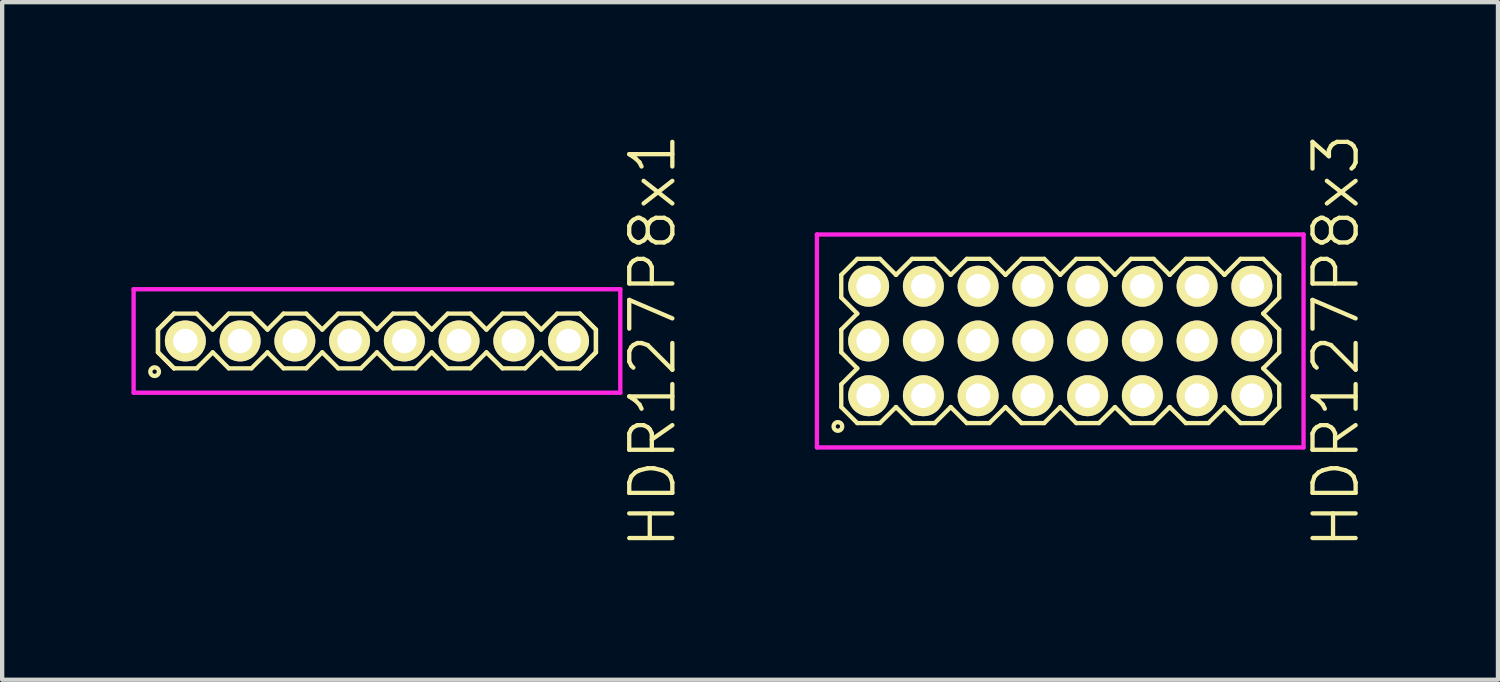
<source format=kicad_pcb>
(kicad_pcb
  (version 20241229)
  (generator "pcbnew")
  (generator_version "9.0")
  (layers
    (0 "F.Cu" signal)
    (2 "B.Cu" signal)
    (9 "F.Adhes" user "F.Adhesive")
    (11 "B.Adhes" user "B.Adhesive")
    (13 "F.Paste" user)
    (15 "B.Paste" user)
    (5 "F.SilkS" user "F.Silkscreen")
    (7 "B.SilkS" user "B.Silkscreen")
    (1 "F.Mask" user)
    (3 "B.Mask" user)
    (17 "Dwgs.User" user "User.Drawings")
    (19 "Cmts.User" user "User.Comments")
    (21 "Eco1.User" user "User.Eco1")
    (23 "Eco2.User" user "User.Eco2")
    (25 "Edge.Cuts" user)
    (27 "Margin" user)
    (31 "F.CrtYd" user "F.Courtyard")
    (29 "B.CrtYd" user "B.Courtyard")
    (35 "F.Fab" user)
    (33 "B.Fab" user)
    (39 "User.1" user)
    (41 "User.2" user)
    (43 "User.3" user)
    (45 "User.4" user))
  (footprint "HDR127P8x3"
    (layer "F.Cu")
    (at 21.546 4.86)
    (property "Reference" "HDR127P8x3" (at 6.395 0 90) (layer "F.SilkS") (effects (font (size 1 1) (thickness 0.1))))
    (attr through_hole)
    (fp_line (start -5.08 -1.533) (end -4.708 -1.905) (stroke (width 0.1) (type solid)) (layer "F.SilkS"))
    (fp_line (start -5.08 -1.007) (end -5.08 -1.533) (stroke (width 0.1) (type solid)) (layer "F.SilkS"))
    (fp_line (start -5.08 -0.263) (end -4.708 -0.635) (stroke (width 0.1) (type solid)) (layer "F.SilkS"))
    (fp_line (start -5.08 0.263) (end -5.08 -0.263) (stroke (width 0.1) (type solid)) (layer "F.SilkS"))
    (fp_line (start -5.08 1.007) (end -4.708 0.635) (stroke (width 0.1) (type solid)) (layer "F.SilkS"))
    (fp_line (start -5.08 1.533) (end -5.08 1.007) (stroke (width 0.1) (type solid)) (layer "F.SilkS"))
    (fp_line (start -4.708 -1.905) (end -4.182 -1.905) (stroke (width 0.1) (type solid)) (layer "F.SilkS"))
    (fp_line (start -4.708 -0.635) (end -5.08 -1.007) (stroke (width 0.1) (type solid)) (layer "F.SilkS"))
    (fp_line (start -4.708 0.635) (end -5.08 0.263) (stroke (width 0.1) (type solid)) (layer "F.SilkS"))
    (fp_line (start -4.708 1.905) (end -5.08 1.533) (stroke (width 0.1) (type solid)) (layer "F.SilkS"))
    (fp_line (start -4.182 -1.905) (end -3.81 -1.533) (stroke (width 0.1) (type solid)) (layer "F.SilkS"))
    (fp_line (start -4.182 1.905) (end -4.708 1.905) (stroke (width 0.1) (type solid)) (layer "F.SilkS"))
    (fp_line (start -3.81 -1.533) (end -3.438 -1.905) (stroke (width 0.1) (type solid)) (layer "F.SilkS"))
    (fp_line (start -3.81 1.533) (end -4.182 1.905) (stroke (width 0.1) (type solid)) (layer "F.SilkS"))
    (fp_line (start -3.438 -1.905) (end -2.912 -1.905) (stroke (width 0.1) (type solid)) (layer "F.SilkS"))
    (fp_line (start -3.438 1.905) (end -3.81 1.533) (stroke (width 0.1) (type solid)) (layer "F.SilkS"))
    (fp_line (start -2.912 -1.905) (end -2.54 -1.533) (stroke (width 0.1) (type solid)) (layer "F.SilkS"))
    (fp_line (start -2.912 1.905) (end -3.438 1.905) (stroke (width 0.1) (type solid)) (layer "F.SilkS"))
    (fp_line (start -2.54 -1.533) (end -2.168 -1.905) (stroke (width 0.1) (type solid)) (layer "F.SilkS"))
    (fp_line (start -2.54 1.533) (end -2.912 1.905) (stroke (width 0.1) (type solid)) (layer "F.SilkS"))
    (fp_line (start -2.168 -1.905) (end -1.642 -1.905) (stroke (width 0.1) (type solid)) (layer "F.SilkS"))
    (fp_line (start -2.168 1.905) (end -2.54 1.533) (stroke (width 0.1) (type solid)) (layer "F.SilkS"))
    (fp_line (start -1.642 -1.905) (end -1.27 -1.533) (stroke (width 0.1) (type solid)) (layer "F.SilkS"))
    (fp_line (start -1.642 1.905) (end -2.168 1.905) (stroke (width 0.1) (type solid)) (layer "F.SilkS"))
    (fp_line (start -1.27 -1.533) (end -0.898 -1.905) (stroke (width 0.1) (type solid)) (layer "F.SilkS"))
    (fp_line (start -1.27 1.533) (end -1.642 1.905) (stroke (width 0.1) (type solid)) (layer "F.SilkS"))
    (fp_line (start -0.898 -1.905) (end -0.372 -1.905) (stroke (width 0.1) (type solid)) (layer "F.SilkS"))
    (fp_line (start -0.898 1.905) (end -1.27 1.533) (stroke (width 0.1) (type solid)) (layer "F.SilkS"))
    (fp_line (start -0.372 -1.905) (end 0 -1.533) (stroke (width 0.1) (type solid)) (layer "F.SilkS"))
    (fp_line (start -0.372 1.905) (end -0.898 1.905) (stroke (width 0.1) (type solid)) (layer "F.SilkS"))
    (fp_line (start 0 -1.533) (end 0.372 -1.905) (stroke (width 0.1) (type solid)) (layer "F.SilkS"))
    (fp_line (start 0 1.533) (end -0.372 1.905) (stroke (width 0.1) (type solid)) (layer "F.SilkS"))
    (fp_line (start 0.372 -1.905) (end 0.898 -1.905) (stroke (width 0.1) (type solid)) (layer "F.SilkS"))
    (fp_line (start 0.372 1.905) (end 0 1.533) (stroke (width 0.1) (type solid)) (layer "F.SilkS"))
    (fp_line (start 0.898 -1.905) (end 1.27 -1.533) (stroke (width 0.1) (type solid)) (layer "F.SilkS"))
    (fp_line (start 0.898 1.905) (end 0.372 1.905) (stroke (width 0.1) (type solid)) (layer "F.SilkS"))
    (fp_line (start 1.27 -1.533) (end 1.642 -1.905) (stroke (width 0.1) (type solid)) (layer "F.SilkS"))
    (fp_line (start 1.27 1.533) (end 0.898 1.905) (stroke (width 0.1) (type solid)) (layer "F.SilkS"))
    (fp_line (start 1.642 -1.905) (end 2.168 -1.905) (stroke (width 0.1) (type solid)) (layer "F.SilkS"))
    (fp_line (start 1.642 1.905) (end 1.27 1.533) (stroke (width 0.1) (type solid)) (layer "F.SilkS"))
    (fp_line (start 2.168 -1.905) (end 2.54 -1.533) (stroke (width 0.1) (type solid)) (layer "F.SilkS"))
    (fp_line (start 2.168 1.905) (end 1.642 1.905) (stroke (width 0.1) (type solid)) (layer "F.SilkS"))
    (fp_line (start 2.54 -1.533) (end 2.912 -1.905) (stroke (width 0.1) (type solid)) (layer "F.SilkS"))
    (fp_line (start 2.54 1.533) (end 2.168 1.905) (stroke (width 0.1) (type solid)) (layer "F.SilkS"))
    (fp_line (start 2.912 -1.905) (end 3.438 -1.905) (stroke (width 0.1) (type solid)) (layer "F.SilkS"))
    (fp_line (start 2.912 1.905) (end 2.54 1.533) (stroke (width 0.1) (type solid)) (layer "F.SilkS"))
    (fp_line (start 3.438 -1.905) (end 3.81 -1.533) (stroke (width 0.1) (type solid)) (layer "F.SilkS"))
    (fp_line (start 3.438 1.905) (end 2.912 1.905) (stroke (width 0.1) (type solid)) (layer "F.SilkS"))
    (fp_line (start 3.81 -1.533) (end 4.182 -1.905) (stroke (width 0.1) (type solid)) (layer "F.SilkS"))
    (fp_line (start 3.81 1.533) (end 3.438 1.905) (stroke (width 0.1) (type solid)) (layer "F.SilkS"))
    (fp_line (start 4.182 -1.905) (end 4.708 -1.905) (stroke (width 0.1) (type solid)) (layer "F.SilkS"))
    (fp_line (start 4.182 1.905) (end 3.81 1.533) (stroke (width 0.1) (type solid)) (layer "F.SilkS"))
    (fp_line (start 4.708 -1.905) (end 5.08 -1.533) (stroke (width 0.1) (type solid)) (layer "F.SilkS"))
    (fp_line (start 4.708 -0.635) (end 5.08 -0.263) (stroke (width 0.1) (type solid)) (layer "F.SilkS"))
    (fp_line (start 4.708 0.635) (end 5.08 1.007) (stroke (width 0.1) (type solid)) (layer "F.SilkS"))
    (fp_line (start 4.708 1.905) (end 4.182 1.905) (stroke (width 0.1) (type solid)) (layer "F.SilkS"))
    (fp_line (start 5.08 -1.533) (end 5.08 -1.007) (stroke (width 0.1) (type solid)) (layer "F.SilkS"))
    (fp_line (start 5.08 -1.007) (end 4.708 -0.635) (stroke (width 0.1) (type solid)) (layer "F.SilkS"))
    (fp_line (start 5.08 -0.263) (end 5.08 0.263) (stroke (width 0.1) (type solid)) (layer "F.SilkS"))
    (fp_line (start 5.08 0.263) (end 4.708 0.635) (stroke (width 0.1) (type solid)) (layer "F.SilkS"))
    (fp_line (start 5.08 1.007) (end 5.08 1.533) (stroke (width 0.1) (type solid)) (layer "F.SilkS"))
    (fp_line (start 5.08 1.533) (end 4.708 1.905) (stroke (width 0.1) (type solid)) (layer "F.SilkS"))
    (fp_circle (center -5.158 1.983) (end -5.058 1.983) (stroke (width 0.1) (type solid)) (fill no) (layer "F.SilkS"))
    (fp_line (start -5.645 -2.47) (end -5.645 2.47) (stroke (width 0.1) (type solid)) (layer "F.CrtYd"))
    (fp_line (start -5.645 2.47) (end 5.645 2.47) (stroke (width 0.1) (type solid)) (layer "F.CrtYd"))
    (fp_line (start 5.645 -2.47) (end -5.645 -2.47) (stroke (width 0.1) (type solid)) (layer "F.CrtYd"))
    (fp_line (start 5.645 2.47) (end 5.645 -2.47) (stroke (width 0.1) (type solid)) (layer "F.CrtYd"))
    (pad "1" thru_hole oval (at -4.445 1.27) (size 0.95 0.95) (drill 0.57) (layers "*.Cu" "*.Mask" "F.SilkS"))
    (pad "2" thru_hole oval (at -4.445 0) (size 0.95 0.95) (drill 0.57) (layers "*.Cu" "*.Mask" "F.SilkS"))
    (pad "3" thru_hole oval (at -4.445 -1.27) (size 0.95 0.95) (drill 0.57) (layers "*.Cu" "*.Mask" "F.SilkS"))
    (pad "4" thru_hole oval (at -3.175 1.27) (size 0.95 0.95) (drill 0.57) (layers "*.Cu" "*.Mask" "F.SilkS"))
    (pad "5" thru_hole oval (at -3.175 0) (size 0.95 0.95) (drill 0.57) (layers "*.Cu" "*.Mask" "F.SilkS"))
    (pad "6" thru_hole oval (at -3.175 -1.27) (size 0.95 0.95) (drill 0.57) (layers "*.Cu" "*.Mask" "F.SilkS"))
    (pad "7" thru_hole oval (at -1.905 1.27) (size 0.95 0.95) (drill 0.57) (layers "*.Cu" "*.Mask" "F.SilkS"))
    (pad "8" thru_hole oval (at -1.905 0) (size 0.95 0.95) (drill 0.57) (layers "*.Cu" "*.Mask" "F.SilkS"))
    (pad "9" thru_hole oval (at -1.905 -1.27) (size 0.95 0.95) (drill 0.57) (layers "*.Cu" "*.Mask" "F.SilkS"))
    (pad "10" thru_hole oval (at -0.635 1.27) (size 0.95 0.95) (drill 0.57) (layers "*.Cu" "*.Mask" "F.SilkS"))
    (pad "11" thru_hole oval (at -0.635 0) (size 0.95 0.95) (drill 0.57) (layers "*.Cu" "*.Mask" "F.SilkS"))
    (pad "12" thru_hole oval (at -0.635 -1.27) (size 0.95 0.95) (drill 0.57) (layers "*.Cu" "*.Mask" "F.SilkS"))
    (pad "13" thru_hole oval (at 0.635 1.27) (size 0.95 0.95) (drill 0.57) (layers "*.Cu" "*.Mask" "F.SilkS"))
    (pad "14" thru_hole oval (at 0.635 0) (size 0.95 0.95) (drill 0.57) (layers "*.Cu" "*.Mask" "F.SilkS"))
    (pad "15" thru_hole oval (at 0.635 -1.27) (size 0.95 0.95) (drill 0.57) (layers "*.Cu" "*.Mask" "F.SilkS"))
    (pad "16" thru_hole oval (at 1.905 1.27) (size 0.95 0.95) (drill 0.57) (layers "*.Cu" "*.Mask" "F.SilkS"))
    (pad "17" thru_hole oval (at 1.905 0) (size 0.95 0.95) (drill 0.57) (layers "*.Cu" "*.Mask" "F.SilkS"))
    (pad "18" thru_hole oval (at 1.905 -1.27) (size 0.95 0.95) (drill 0.57) (layers "*.Cu" "*.Mask" "F.SilkS"))
    (pad "19" thru_hole oval (at 3.175 1.27) (size 0.95 0.95) (drill 0.57) (layers "*.Cu" "*.Mask" "F.SilkS"))
    (pad "20" thru_hole oval (at 3.175 0) (size 0.95 0.95) (drill 0.57) (layers "*.Cu" "*.Mask" "F.SilkS"))
    (pad "21" thru_hole oval (at 3.175 -1.27) (size 0.95 0.95) (drill 0.57) (layers "*.Cu" "*.Mask" "F.SilkS"))
    (pad "22" thru_hole oval (at 4.445 1.27) (size 0.95 0.95) (drill 0.57) (layers "*.Cu" "*.Mask" "F.SilkS"))
    (pad "23" thru_hole oval (at 4.445 0) (size 0.95 0.95) (drill 0.57) (layers "*.Cu" "*.Mask" "F.SilkS"))
    (pad "24" thru_hole oval (at 4.445 -1.27) (size 0.95 0.95) (drill 0.57) (layers "*.Cu" "*.Mask" "F.SilkS")))
  (footprint "HDR127P8x1"
    (layer "F.Cu")
    (at 5.695 4.86)
    (property "Reference" "HDR127P8x1" (at 6.395 0 90) (layer "F.SilkS") (effects (font (size 1 1) (thickness 0.1))))
    (attr through_hole)
    (fp_line (start -5.08 -0.263) (end -4.708 -0.635) (stroke (width 0.1) (type solid)) (layer "F.SilkS"))
    (fp_line (start -5.08 -0.263) (end -4.708 -0.635) (stroke (width 0.1) (type solid)) (layer "F.SilkS"))
    (fp_line (start -5.08 0.263) (end -5.08 -0.263) (stroke (width 0.1) (type solid)) (layer "F.SilkS"))
    (fp_line (start -5.08 0.263) (end -5.08 -0.263) (stroke (width 0.1) (type solid)) (layer "F.SilkS"))
    (fp_line (start -4.708 -0.635) (end -4.182 -0.635) (stroke (width 0.1) (type solid)) (layer "F.SilkS"))
    (fp_line (start -4.708 0.635) (end -5.08 0.263) (stroke (width 0.1) (type solid)) (layer "F.SilkS"))
    (fp_line (start -4.708 0.635) (end -5.08 0.263) (stroke (width 0.1) (type solid)) (layer "F.SilkS"))
    (fp_line (start -4.182 -0.635) (end -3.81 -0.263) (stroke (width 0.1) (type solid)) (layer "F.SilkS"))
    (fp_line (start -4.182 0.635) (end -4.708 0.635) (stroke (width 0.1) (type solid)) (layer "F.SilkS"))
    (fp_line (start -3.81 -0.263) (end -3.438 -0.635) (stroke (width 0.1) (type solid)) (layer "F.SilkS"))
    (fp_line (start -3.81 0.263) (end -4.182 0.635) (stroke (width 0.1) (type solid)) (layer "F.SilkS"))
    (fp_line (start -3.438 -0.635) (end -2.912 -0.635) (stroke (width 0.1) (type solid)) (layer "F.SilkS"))
    (fp_line (start -3.438 0.635) (end -3.81 0.263) (stroke (width 0.1) (type solid)) (layer "F.SilkS"))
    (fp_line (start -2.912 -0.635) (end -2.54 -0.263) (stroke (width 0.1) (type solid)) (layer "F.SilkS"))
    (fp_line (start -2.912 0.635) (end -3.438 0.635) (stroke (width 0.1) (type solid)) (layer "F.SilkS"))
    (fp_line (start -2.54 -0.263) (end -2.168 -0.635) (stroke (width 0.1) (type solid)) (layer "F.SilkS"))
    (fp_line (start -2.54 0.263) (end -2.912 0.635) (stroke (width 0.1) (type solid)) (layer "F.SilkS"))
    (fp_line (start -2.168 -0.635) (end -1.642 -0.635) (stroke (width 0.1) (type solid)) (layer "F.SilkS"))
    (fp_line (start -2.168 0.635) (end -2.54 0.263) (stroke (width 0.1) (type solid)) (layer "F.SilkS"))
    (fp_line (start -1.642 -0.635) (end -1.27 -0.263) (stroke (width 0.1) (type solid)) (layer "F.SilkS"))
    (fp_line (start -1.642 0.635) (end -2.168 0.635) (stroke (width 0.1) (type solid)) (layer "F.SilkS"))
    (fp_line (start -1.27 -0.263) (end -0.898 -0.635) (stroke (width 0.1) (type solid)) (layer "F.SilkS"))
    (fp_line (start -1.27 0.263) (end -1.642 0.635) (stroke (width 0.1) (type solid)) (layer "F.SilkS"))
    (fp_line (start -0.898 -0.635) (end -0.372 -0.635) (stroke (width 0.1) (type solid)) (layer "F.SilkS"))
    (fp_line (start -0.898 0.635) (end -1.27 0.263) (stroke (width 0.1) (type solid)) (layer "F.SilkS"))
    (fp_line (start -0.372 -0.635) (end 0 -0.263) (stroke (width 0.1) (type solid)) (layer "F.SilkS"))
    (fp_line (start -0.372 0.635) (end -0.898 0.635) (stroke (width 0.1) (type solid)) (layer "F.SilkS"))
    (fp_line (start 0 -0.263) (end 0.372 -0.635) (stroke (width 0.1) (type solid)) (layer "F.SilkS"))
    (fp_line (start 0 0.263) (end -0.372 0.635) (stroke (width 0.1) (type solid)) (layer "F.SilkS"))
    (fp_line (start 0.372 -0.635) (end 0.898 -0.635) (stroke (width 0.1) (type solid)) (layer "F.SilkS"))
    (fp_line (start 0.372 0.635) (end 0 0.263) (stroke (width 0.1) (type solid)) (layer "F.SilkS"))
    (fp_line (start 0.898 -0.635) (end 1.27 -0.263) (stroke (width 0.1) (type solid)) (layer "F.SilkS"))
    (fp_line (start 0.898 0.635) (end 0.372 0.635) (stroke (width 0.1) (type solid)) (layer "F.SilkS"))
    (fp_line (start 1.27 -0.263) (end 1.642 -0.635) (stroke (width 0.1) (type solid)) (layer "F.SilkS"))
    (fp_line (start 1.27 0.263) (end 0.898 0.635) (stroke (width 0.1) (type solid)) (layer "F.SilkS"))
    (fp_line (start 1.642 -0.635) (end 2.168 -0.635) (stroke (width 0.1) (type solid)) (layer "F.SilkS"))
    (fp_line (start 1.642 0.635) (end 1.27 0.263) (stroke (width 0.1) (type solid)) (layer "F.SilkS"))
    (fp_line (start 2.168 -0.635) (end 2.54 -0.263) (stroke (width 0.1) (type solid)) (layer "F.SilkS"))
    (fp_line (start 2.168 0.635) (end 1.642 0.635) (stroke (width 0.1) (type solid)) (layer "F.SilkS"))
    (fp_line (start 2.54 -0.263) (end 2.912 -0.635) (stroke (width 0.1) (type solid)) (layer "F.SilkS"))
    (fp_line (start 2.54 0.263) (end 2.168 0.635) (stroke (width 0.1) (type solid)) (layer "F.SilkS"))
    (fp_line (start 2.912 -0.635) (end 3.438 -0.635) (stroke (width 0.1) (type solid)) (layer "F.SilkS"))
    (fp_line (start 2.912 0.635) (end 2.54 0.263) (stroke (width 0.1) (type solid)) (layer "F.SilkS"))
    (fp_line (start 3.438 -0.635) (end 3.81 -0.263) (stroke (width 0.1) (type solid)) (layer "F.SilkS"))
    (fp_line (start 3.438 0.635) (end 2.912 0.635) (stroke (width 0.1) (type solid)) (layer "F.SilkS"))
    (fp_line (start 3.81 -0.263) (end 4.182 -0.635) (stroke (width 0.1) (type solid)) (layer "F.SilkS"))
    (fp_line (start 3.81 0.263) (end 3.438 0.635) (stroke (width 0.1) (type solid)) (layer "F.SilkS"))
    (fp_line (start 4.182 -0.635) (end 4.708 -0.635) (stroke (width 0.1) (type solid)) (layer "F.SilkS"))
    (fp_line (start 4.182 0.635) (end 3.81 0.263) (stroke (width 0.1) (type solid)) (layer "F.SilkS"))
    (fp_line (start 4.708 -0.635) (end 5.08 -0.263) (stroke (width 0.1) (type solid)) (layer "F.SilkS"))
    (fp_line (start 4.708 -0.635) (end 5.08 -0.263) (stroke (width 0.1) (type solid)) (layer "F.SilkS"))
    (fp_line (start 4.708 0.635) (end 4.182 0.635) (stroke (width 0.1) (type solid)) (layer "F.SilkS"))
    (fp_line (start 5.08 -0.263) (end 5.08 0.263) (stroke (width 0.1) (type solid)) (layer "F.SilkS"))
    (fp_line (start 5.08 -0.263) (end 5.08 0.263) (stroke (width 0.1) (type solid)) (layer "F.SilkS"))
    (fp_line (start 5.08 0.263) (end 4.708 0.635) (stroke (width 0.1) (type solid)) (layer "F.SilkS"))
    (fp_line (start 5.08 0.263) (end 4.708 0.635) (stroke (width 0.1) (type solid)) (layer "F.SilkS"))
    (fp_circle (center -5.158 0.712) (end -5.058 0.712) (stroke (width 0.1) (type solid)) (fill no) (layer "F.SilkS"))
    (fp_line (start -5.645 -1.2) (end -5.645 1.2) (stroke (width 0.1) (type solid)) (layer "F.CrtYd"))
    (fp_line (start -5.645 1.2) (end 5.645 1.2) (stroke (width 0.1) (type solid)) (layer "F.CrtYd"))
    (fp_line (start 5.645 -1.2) (end -5.645 -1.2) (stroke (width 0.1) (type solid)) (layer "F.CrtYd"))
    (fp_line (start 5.645 1.2) (end 5.645 -1.2) (stroke (width 0.1) (type solid)) (layer "F.CrtYd"))
    (pad "1" thru_hole oval (at -4.445 0) (size 0.95 0.95) (drill 0.57) (layers "*.Cu" "*.Mask" "F.SilkS"))
    (pad "2" thru_hole oval (at -3.175 0) (size 0.95 0.95) (drill 0.57) (layers "*.Cu" "*.Mask" "F.SilkS"))
    (pad "3" thru_hole oval (at -1.905 0) (size 0.95 0.95) (drill 0.57) (layers "*.Cu" "*.Mask" "F.SilkS"))
    (pad "4" thru_hole oval (at -0.635 0) (size 0.95 0.95) (drill 0.57) (layers "*.Cu" "*.Mask" "F.SilkS"))
    (pad "5" thru_hole oval (at 0.635 0) (size 0.95 0.95) (drill 0.57) (layers "*.Cu" "*.Mask" "F.SilkS"))
    (pad "6" thru_hole oval (at 1.905 0) (size 0.95 0.95) (drill 0.57) (layers "*.Cu" "*.Mask" "F.SilkS"))
    (pad "7" thru_hole oval (at 3.175 0) (size 0.95 0.95) (drill 0.57) (layers "*.Cu" "*.Mask" "F.SilkS"))
    (pad "8" thru_hole oval (at 4.445 0) (size 0.95 0.95) (drill 0.57) (layers "*.Cu" "*.Mask" "F.SilkS")))
  (gr_rect
    (start -3 -3)
    (end 31.701 12.719)
    (stroke (width 0.1) (type default))
    (fill no)
    (layer "Edge.Cuts")))
</source>
